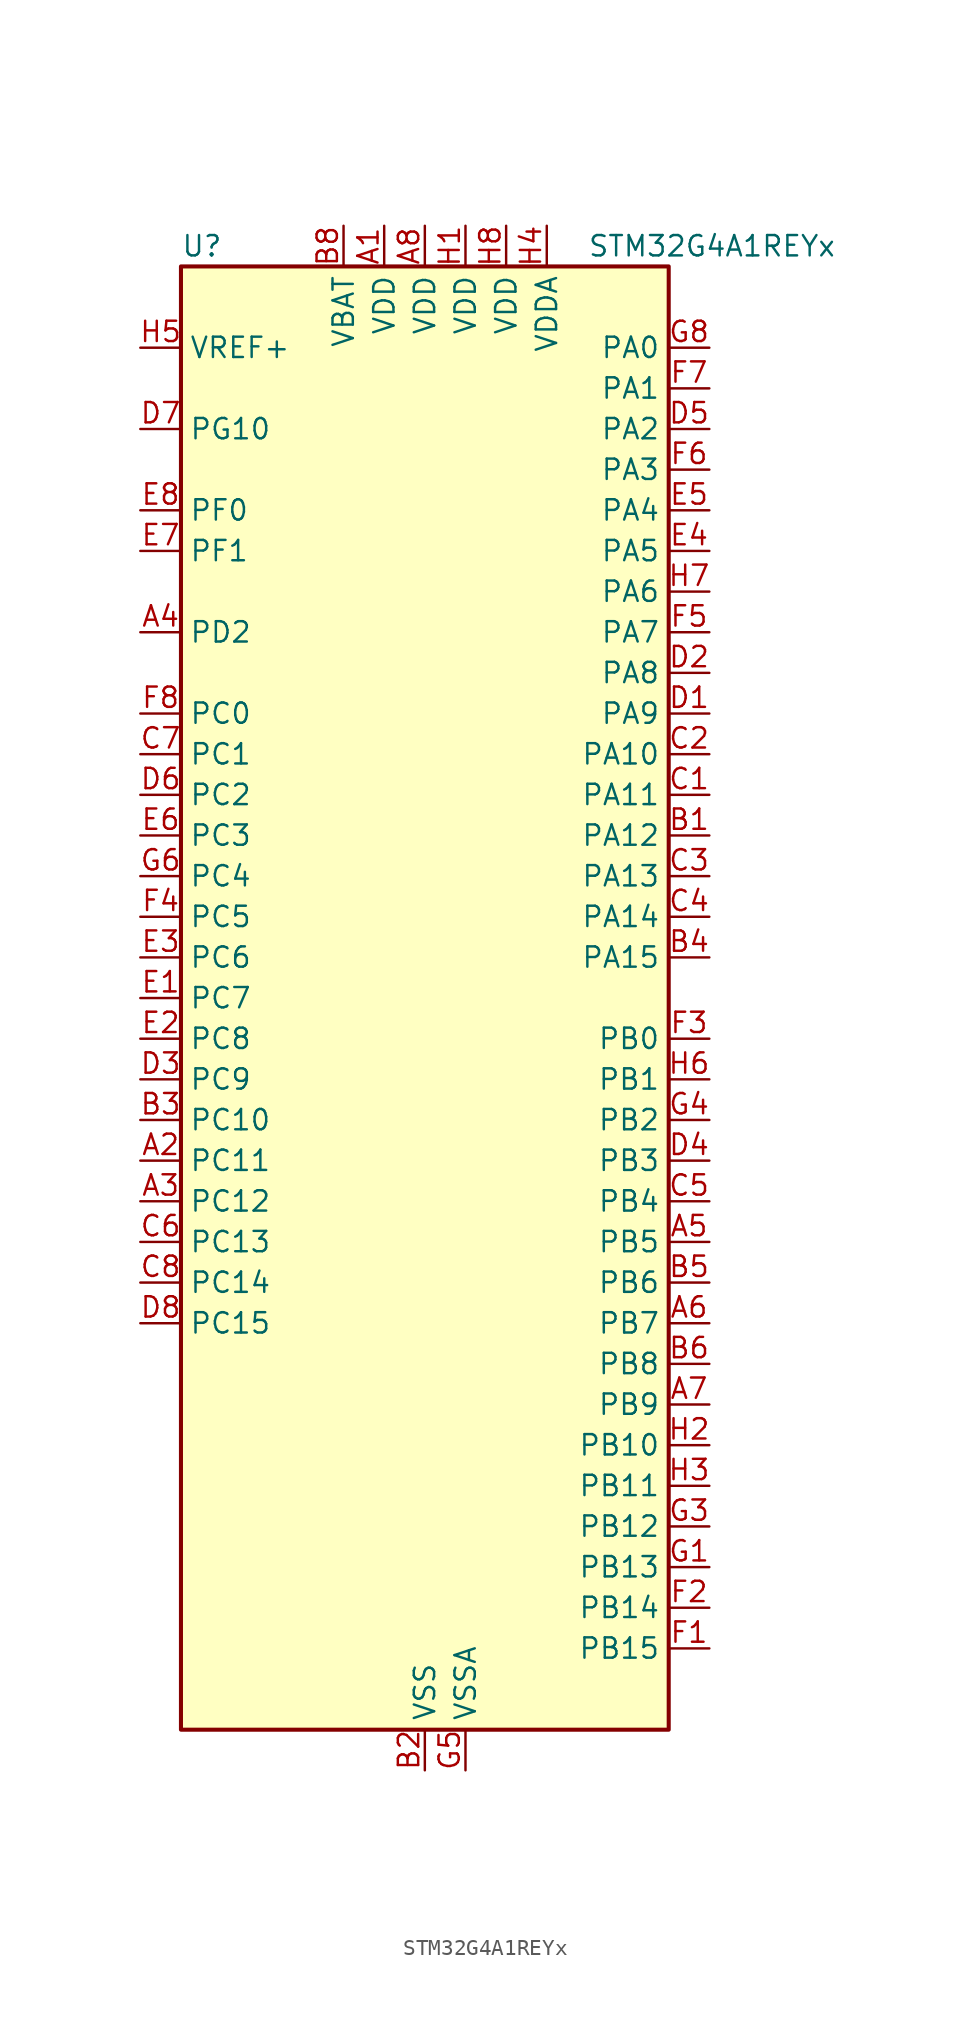
<source format=kicad_sym>
(kicad_symbol_lib
  (version 20241209)
  (generator "kicad_symbol_editor")
  (generator_version "9.0")
  (symbol "STM32G4A1REYx"
    (property "Reference" "U"
      (at -15.24 46.99 0)
      (effects (font (size 1.27 1.27)) (justify left)))
    (property "Value" "STM32G4A1REYx"
      (at 10.16 46.99 0)
      (effects (font (size 1.27 1.27)) (justify left)))
    (symbol "STM32G4A1REYx_0_1"
      (rectangle (start -15.24 -45.72) (end 15.24 45.72) (stroke (width 0.254) (type default)) (fill (type background))))
    (symbol "STM32G4A1REYx_1_1"
      (pin input line (at -17.78 40.64 0) (length 2.54) (name "VREF+" (effects (font (size 1.27 1.27)))) (number "H5" (effects (font (size 1.27 1.27)))) (alternate "VREFBUF_OUT" bidirectional line))
      (pin bidirectional line (at -17.78 35.56 0) (length 2.54) (name "PG10" (effects (font (size 1.27 1.27)))) (number "D7" (effects (font (size 1.27 1.27)))) (alternate "DAC1_EXTI10" bidirectional line) (alternate "DAC3_EXTI10" bidirectional line) (alternate "RCC_MCO" bidirectional line))
      (pin bidirectional line (at -17.78 30.48 0) (length 2.54) (name "PF0" (effects (font (size 1.27 1.27)))) (number "E8" (effects (font (size 1.27 1.27)))) (alternate "ADC1_IN10" bidirectional line) (alternate "I2C2_SDA" bidirectional line) (alternate "I2S2_WS" bidirectional line) (alternate "RCC_OSC_IN" bidirectional line) (alternate "SPI2_NSS" bidirectional line) (alternate "TIM1_CH3N" bidirectional line))
      (pin bidirectional line (at -17.78 27.94 0) (length 2.54) (name "PF1" (effects (font (size 1.27 1.27)))) (number "E7" (effects (font (size 1.27 1.27)))) (alternate "ADC2_IN10" bidirectional line) (alternate "COMP3_INM" bidirectional line) (alternate "I2S2_CK" bidirectional line) (alternate "RCC_OSC_OUT" bidirectional line) (alternate "SPI2_SCK" bidirectional line))
      (pin bidirectional line (at -17.78 22.86 0) (length 2.54) (name "PD2" (effects (font (size 1.27 1.27)))) (number "A4" (effects (font (size 1.27 1.27)))) (alternate "ADC3_EXTI2" bidirectional line) (alternate "TIM3_ETR" bidirectional line) (alternate "TIM8_BKIN" bidirectional line) (alternate "UART5_RX" bidirectional line))
      (pin bidirectional line (at -17.78 17.78 0) (length 2.54) (name "PC0" (effects (font (size 1.27 1.27)))) (number "F8" (effects (font (size 1.27 1.27)))) (alternate "ADC1_IN6" bidirectional line) (alternate "ADC2_IN6" bidirectional line) (alternate "COMP3_INM" bidirectional line) (alternate "LPTIM1_IN1" bidirectional line) (alternate "LPUART1_RX" bidirectional line) (alternate "TIM1_CH1" bidirectional line))
      (pin bidirectional line (at -17.78 15.24 0) (length 2.54) (name "PC1" (effects (font (size 1.27 1.27)))) (number "C7" (effects (font (size 1.27 1.27)))) (alternate "ADC1_IN7" bidirectional line) (alternate "ADC2_IN7" bidirectional line) (alternate "COMP3_INP" bidirectional line) (alternate "LPTIM1_OUT" bidirectional line) (alternate "LPUART1_TX" bidirectional line) (alternate "QUADSPI1_BK2_IO0" bidirectional line) (alternate "SAI1_SD_A" bidirectional line) (alternate "TIM1_CH2" bidirectional line))
      (pin bidirectional line (at -17.78 12.7 0) (length 2.54) (name "PC2" (effects (font (size 1.27 1.27)))) (number "D6" (effects (font (size 1.27 1.27)))) (alternate "ADC1_IN8" bidirectional line) (alternate "ADC2_IN8" bidirectional line) (alternate "ADC3_EXTI2" bidirectional line) (alternate "COMP3_OUT" bidirectional line) (alternate "LPTIM1_IN2" bidirectional line) (alternate "QUADSPI1_BK2_IO1" bidirectional line) (alternate "TIM1_CH3" bidirectional line) (alternate "TIM20_CH2" bidirectional line))
      (pin bidirectional line (at -17.78 10.16 0) (length 2.54) (name "PC3" (effects (font (size 1.27 1.27)))) (number "E6" (effects (font (size 1.27 1.27)))) (alternate "ADC1_IN9" bidirectional line) (alternate "ADC2_IN9" bidirectional line) (alternate "ADC3_EXTI3" bidirectional line) (alternate "LPTIM1_ETR" bidirectional line) (alternate "QUADSPI1_BK2_IO2" bidirectional line) (alternate "SAI1_D1" bidirectional line) (alternate "SAI1_SD_A" bidirectional line) (alternate "TIM1_BKIN2" bidirectional line) (alternate "TIM1_CH4" bidirectional line))
      (pin bidirectional line (at -17.78 7.62 0) (length 2.54) (name "PC4" (effects (font (size 1.27 1.27)))) (number "G6" (effects (font (size 1.27 1.27)))) (alternate "ADC2_IN5" bidirectional line) (alternate "I2C2_SCL" bidirectional line) (alternate "QUADSPI1_BK2_IO3" bidirectional line) (alternate "TIM1_ETR" bidirectional line) (alternate "USART1_TX" bidirectional line))
      (pin bidirectional line (at -17.78 5.08 0) (length 2.54) (name "PC5" (effects (font (size 1.27 1.27)))) (number "F4" (effects (font (size 1.27 1.27)))) (alternate "ADC2_IN11" bidirectional line) (alternate "OPAMP1_VINM" bidirectional line) (alternate "OPAMP1_VINM1" bidirectional line) (alternate "OPAMP1_VINM_SEC" bidirectional line) (alternate "OPAMP2_VINM" bidirectional line) (alternate "OPAMP2_VINM1" bidirectional line) (alternate "OPAMP2_VINM_SEC" bidirectional line) (alternate "SAI1_D3" bidirectional line) (alternate "SYS_WKUP5" bidirectional line) (alternate "TIM15_BKIN" bidirectional line) (alternate "TIM1_CH4N" bidirectional line) (alternate "USART1_RX" bidirectional line))
      (pin bidirectional line (at -17.78 2.54 0) (length 2.54) (name "PC6" (effects (font (size 1.27 1.27)))) (number "E3" (effects (font (size 1.27 1.27)))) (alternate "I2S2_MCK" bidirectional line) (alternate "TIM3_CH1" bidirectional line) (alternate "TIM8_CH1" bidirectional line))
      (pin bidirectional line (at -17.78 0 0) (length 2.54) (name "PC7" (effects (font (size 1.27 1.27)))) (number "E1" (effects (font (size 1.27 1.27)))) (alternate "I2S3_MCK" bidirectional line) (alternate "TIM3_CH2" bidirectional line) (alternate "TIM8_CH2" bidirectional line))
      (pin bidirectional line (at -17.78 -2.54 0) (length 2.54) (name "PC8" (effects (font (size 1.27 1.27)))) (number "E2" (effects (font (size 1.27 1.27)))) (alternate "I2C3_SCL" bidirectional line) (alternate "TIM20_CH3" bidirectional line) (alternate "TIM3_CH3" bidirectional line) (alternate "TIM8_CH3" bidirectional line))
      (pin bidirectional line (at -17.78 -5.08 0) (length 2.54) (name "PC9" (effects (font (size 1.27 1.27)))) (number "D3" (effects (font (size 1.27 1.27)))) (alternate "DAC1_EXTI9" bidirectional line) (alternate "DAC3_EXTI9" bidirectional line) (alternate "I2C3_SDA" bidirectional line) (alternate "I2S_CKIN" bidirectional line) (alternate "TIM3_CH4" bidirectional line) (alternate "TIM8_BKIN2" bidirectional line) (alternate "TIM8_CH4" bidirectional line))
      (pin bidirectional line (at -17.78 -7.62 0) (length 2.54) (name "PC10" (effects (font (size 1.27 1.27)))) (number "B3" (effects (font (size 1.27 1.27)))) (alternate "DAC1_EXTI10" bidirectional line) (alternate "DAC3_EXTI10" bidirectional line) (alternate "I2S3_CK" bidirectional line) (alternate "SPI3_SCK" bidirectional line) (alternate "TIM8_CH1N" bidirectional line) (alternate "UART4_TX" bidirectional line) (alternate "USART3_TX" bidirectional line))
      (pin bidirectional line (at -17.78 -10.16 0) (length 2.54) (name "PC11" (effects (font (size 1.27 1.27)))) (number "A2" (effects (font (size 1.27 1.27)))) (alternate "ADC1_EXTI11" bidirectional line) (alternate "ADC2_EXTI11" bidirectional line) (alternate "I2C3_SDA" bidirectional line) (alternate "SPI3_MISO" bidirectional line) (alternate "TIM8_CH2N" bidirectional line) (alternate "UART4_RX" bidirectional line) (alternate "USART3_RX" bidirectional line))
      (pin bidirectional line (at -17.78 -12.7 0) (length 2.54) (name "PC12" (effects (font (size 1.27 1.27)))) (number "A3" (effects (font (size 1.27 1.27)))) (alternate "I2S3_SD" bidirectional line) (alternate "SPI3_MOSI" bidirectional line) (alternate "TIM8_CH3N" bidirectional line) (alternate "UART5_TX" bidirectional line) (alternate "UCPD1_FRSTX1" bidirectional line) (alternate "UCPD1_FRSTX2" bidirectional line) (alternate "USART3_CK" bidirectional line))
      (pin bidirectional line (at -17.78 -15.24 0) (length 2.54) (name "PC13" (effects (font (size 1.27 1.27)))) (number "C6" (effects (font (size 1.27 1.27)))) (alternate "RTC_OUT1" bidirectional line) (alternate "RTC_TAMP1" bidirectional line) (alternate "RTC_TS" bidirectional line) (alternate "SYS_WKUP2" bidirectional line) (alternate "TIM1_BKIN" bidirectional line) (alternate "TIM1_CH1N" bidirectional line) (alternate "TIM8_CH4N" bidirectional line))
      (pin bidirectional line (at -17.78 -17.78 0) (length 2.54) (name "PC14" (effects (font (size 1.27 1.27)))) (number "C8" (effects (font (size 1.27 1.27)))) (alternate "RCC_OSC32_IN" bidirectional line))
      (pin bidirectional line (at -17.78 -20.32 0) (length 2.54) (name "PC15" (effects (font (size 1.27 1.27)))) (number "D8" (effects (font (size 1.27 1.27)))) (alternate "ADC1_EXTI15" bidirectional line) (alternate "ADC2_EXTI15" bidirectional line) (alternate "RCC_OSC32_OUT" bidirectional line))
      (pin power_in line (at -5.08 48.26 270) (length 2.54) (name "VBAT" (effects (font (size 1.27 1.27)))) (number "B8" (effects (font (size 1.27 1.27)))))
      (pin power_in line (at -2.54 48.26 270) (length 2.54) (name "VDD" (effects (font (size 1.27 1.27)))) (number "A1" (effects (font (size 1.27 1.27)))))
      (pin power_in line (at 0 48.26 270) (length 2.54) (name "VDD" (effects (font (size 1.27 1.27)))) (number "A8" (effects (font (size 1.27 1.27)))))
      (pin power_in line (at 0 -48.26 90) (length 2.54) (name "VSS" (effects (font (size 1.27 1.27)))) (number "B2" (effects (font (size 1.27 1.27)))))
      (pin passive line (at 0 -48.26 90) (length 2.54) (hide yes) (name "VSS" (effects (font (size 1.27 1.27)))) (number "B7" (effects (font (size 1.27 1.27)))))
      (pin passive line (at 0 -48.26 90) (length 2.54) (hide yes) (name "VSS" (effects (font (size 1.27 1.27)))) (number "G2" (effects (font (size 1.27 1.27)))))
      (pin passive line (at 0 -48.26 90) (length 2.54) (hide yes) (name "VSS" (effects (font (size 1.27 1.27)))) (number "G7" (effects (font (size 1.27 1.27)))))
      (pin power_in line (at 2.54 48.26 270) (length 2.54) (name "VDD" (effects (font (size 1.27 1.27)))) (number "H1" (effects (font (size 1.27 1.27)))))
      (pin power_in line (at 2.54 -48.26 90) (length 2.54) (name "VSSA" (effects (font (size 1.27 1.27)))) (number "G5" (effects (font (size 1.27 1.27)))))
      (pin power_in line (at 5.08 48.26 270) (length 2.54) (name "VDD" (effects (font (size 1.27 1.27)))) (number "H8" (effects (font (size 1.27 1.27)))))
      (pin power_in line (at 7.62 48.26 270) (length 2.54) (name "VDDA" (effects (font (size 1.27 1.27)))) (number "H4" (effects (font (size 1.27 1.27)))))
      (pin bidirectional line (at 17.78 40.64 180) (length 2.54) (name "PA0" (effects (font (size 1.27 1.27)))) (number "G8" (effects (font (size 1.27 1.27)))) (alternate "ADC1_IN1" bidirectional line) (alternate "ADC2_IN1" bidirectional line) (alternate "COMP1_INM" bidirectional line) (alternate "COMP1_OUT" bidirectional line) (alternate "COMP3_INP" bidirectional line) (alternate "RTC_TAMP2" bidirectional line) (alternate "SYS_WKUP1" bidirectional line) (alternate "TIM2_CH1" bidirectional line) (alternate "TIM2_ETR" bidirectional line) (alternate "TIM8_BKIN" bidirectional line) (alternate "TIM8_ETR" bidirectional line) (alternate "USART2_CTS" bidirectional line) (alternate "USART2_NSS" bidirectional line))
      (pin bidirectional line (at 17.78 38.1 180) (length 2.54) (name "PA1" (effects (font (size 1.27 1.27)))) (number "F7" (effects (font (size 1.27 1.27)))) (alternate "ADC1_IN2" bidirectional line) (alternate "ADC2_IN2" bidirectional line) (alternate "COMP1_INP" bidirectional line) (alternate "OPAMP1_VINP" bidirectional line) (alternate "OPAMP1_VINP_SEC" bidirectional line) (alternate "OPAMP3_VINP" bidirectional line) (alternate "OPAMP3_VINP_SEC" bidirectional line) (alternate "OPAMP6_VINM" bidirectional line) (alternate "OPAMP6_VINM0" bidirectional line) (alternate "OPAMP6_VINM_SEC" bidirectional line) (alternate "RTC_REFIN" bidirectional line) (alternate "TIM15_CH1N" bidirectional line) (alternate "TIM2_CH2" bidirectional line) (alternate "USART2_DE" bidirectional line) (alternate "USART2_RTS" bidirectional line))
      (pin bidirectional line (at 17.78 35.56 180) (length 2.54) (name "PA2" (effects (font (size 1.27 1.27)))) (number "D5" (effects (font (size 1.27 1.27)))) (alternate "ADC1_IN3" bidirectional line) (alternate "ADC3_EXTI2" bidirectional line) (alternate "COMP2_INM" bidirectional line) (alternate "COMP2_OUT" bidirectional line) (alternate "LPUART1_TX" bidirectional line) (alternate "OPAMP1_VOUT" bidirectional line) (alternate "QUADSPI1_BK1_NCS" bidirectional line) (alternate "RCC_LSCO" bidirectional line) (alternate "SYS_WKUP4" bidirectional line) (alternate "TIM15_CH1" bidirectional line) (alternate "TIM2_CH3" bidirectional line) (alternate "UCPD1_FRSTX1" bidirectional line) (alternate "UCPD1_FRSTX2" bidirectional line) (alternate "USART2_TX" bidirectional line))
      (pin bidirectional line (at 17.78 33.02 180) (length 2.54) (name "PA3" (effects (font (size 1.27 1.27)))) (number "F6" (effects (font (size 1.27 1.27)))) (alternate "ADC1_IN4" bidirectional line) (alternate "ADC3_EXTI3" bidirectional line) (alternate "COMP2_INP" bidirectional line) (alternate "LPUART1_RX" bidirectional line) (alternate "OPAMP1_VINM" bidirectional line) (alternate "OPAMP1_VINM0" bidirectional line) (alternate "OPAMP1_VINM_SEC" bidirectional line) (alternate "OPAMP1_VINP" bidirectional line) (alternate "OPAMP1_VINP_SEC" bidirectional line) (alternate "QUADSPI1_CLK" bidirectional line) (alternate "SAI1_CK1" bidirectional line) (alternate "SAI1_MCLK_A" bidirectional line) (alternate "TIM15_CH2" bidirectional line) (alternate "TIM2_CH4" bidirectional line) (alternate "USART2_RX" bidirectional line))
      (pin bidirectional line (at 17.78 30.48 180) (length 2.54) (name "PA4" (effects (font (size 1.27 1.27)))) (number "E5" (effects (font (size 1.27 1.27)))) (alternate "ADC2_IN17" bidirectional line) (alternate "COMP1_INM" bidirectional line) (alternate "DAC1_OUT1" bidirectional line) (alternate "I2S3_WS" bidirectional line) (alternate "SAI1_FS_B" bidirectional line) (alternate "SPI1_NSS" bidirectional line) (alternate "SPI3_NSS" bidirectional line) (alternate "TIM3_CH2" bidirectional line) (alternate "USART2_CK" bidirectional line))
      (pin bidirectional line (at 17.78 27.94 180) (length 2.54) (name "PA5" (effects (font (size 1.27 1.27)))) (number "E4" (effects (font (size 1.27 1.27)))) (alternate "ADC2_IN13" bidirectional line) (alternate "COMP2_INM" bidirectional line) (alternate "DAC1_OUT2" bidirectional line) (alternate "OPAMP2_VINM" bidirectional line) (alternate "OPAMP2_VINM0" bidirectional line) (alternate "OPAMP2_VINM_SEC" bidirectional line) (alternate "SPI1_SCK" bidirectional line) (alternate "TIM2_CH1" bidirectional line) (alternate "TIM2_ETR" bidirectional line) (alternate "UCPD1_FRSTX1" bidirectional line) (alternate "UCPD1_FRSTX2" bidirectional line))
      (pin bidirectional line (at 17.78 25.4 180) (length 2.54) (name "PA6" (effects (font (size 1.27 1.27)))) (number "H7" (effects (font (size 1.27 1.27)))) (alternate "ADC2_IN3" bidirectional line) (alternate "COMP1_OUT" bidirectional line) (alternate "LPUART1_CTS" bidirectional line) (alternate "OPAMP2_VOUT" bidirectional line) (alternate "QUADSPI1_BK1_IO3" bidirectional line) (alternate "SPI1_MISO" bidirectional line) (alternate "TIM16_CH1" bidirectional line) (alternate "TIM1_BKIN" bidirectional line) (alternate "TIM3_CH1" bidirectional line) (alternate "TIM8_BKIN" bidirectional line))
      (pin bidirectional line (at 17.78 22.86 180) (length 2.54) (name "PA7" (effects (font (size 1.27 1.27)))) (number "F5" (effects (font (size 1.27 1.27)))) (alternate "ADC2_IN4" bidirectional line) (alternate "COMP2_INP" bidirectional line) (alternate "COMP2_OUT" bidirectional line) (alternate "OPAMP1_VINP" bidirectional line) (alternate "OPAMP1_VINP_SEC" bidirectional line) (alternate "OPAMP2_VINP" bidirectional line) (alternate "OPAMP2_VINP_SEC" bidirectional line) (alternate "QUADSPI1_BK1_IO2" bidirectional line) (alternate "SPI1_MOSI" bidirectional line) (alternate "TIM17_CH1" bidirectional line) (alternate "TIM1_CH1N" bidirectional line) (alternate "TIM3_CH2" bidirectional line) (alternate "TIM8_CH1N" bidirectional line) (alternate "UCPD1_FRSTX1" bidirectional line) (alternate "UCPD1_FRSTX2" bidirectional line))
      (pin bidirectional line (at 17.78 20.32 180) (length 2.54) (name "PA8" (effects (font (size 1.27 1.27)))) (number "D2" (effects (font (size 1.27 1.27)))) (alternate "I2C2_SDA" bidirectional line) (alternate "I2C3_SCL" bidirectional line) (alternate "I2S2_MCK" bidirectional line) (alternate "RCC_MCO" bidirectional line) (alternate "SAI1_CK2" bidirectional line) (alternate "SAI1_SCK_A" bidirectional line) (alternate "TIM1_CH1" bidirectional line) (alternate "TIM4_ETR" bidirectional line) (alternate "USART1_CK" bidirectional line))
      (pin bidirectional line (at 17.78 17.78 180) (length 2.54) (name "PA9" (effects (font (size 1.27 1.27)))) (number "D1" (effects (font (size 1.27 1.27)))) (alternate "DAC1_EXTI9" bidirectional line) (alternate "DAC3_EXTI9" bidirectional line) (alternate "I2C2_SCL" bidirectional line) (alternate "I2C3_SMBA" bidirectional line) (alternate "I2S3_MCK" bidirectional line) (alternate "SAI1_FS_A" bidirectional line) (alternate "TIM15_BKIN" bidirectional line) (alternate "TIM1_CH2" bidirectional line) (alternate "TIM2_CH3" bidirectional line) (alternate "UCPD1_DBCC1" bidirectional line) (alternate "USART1_TX" bidirectional line))
      (pin bidirectional line (at 17.78 15.24 180) (length 2.54) (name "PA10" (effects (font (size 1.27 1.27)))) (number "C2" (effects (font (size 1.27 1.27)))) (alternate "CRS_SYNC" bidirectional line) (alternate "DAC1_EXTI10" bidirectional line) (alternate "DAC3_EXTI10" bidirectional line) (alternate "I2C2_SMBA" bidirectional line) (alternate "SAI1_D1" bidirectional line) (alternate "SAI1_SD_A" bidirectional line) (alternate "SPI2_MISO" bidirectional line) (alternate "TIM17_BKIN" bidirectional line) (alternate "TIM1_CH3" bidirectional line) (alternate "TIM2_CH4" bidirectional line) (alternate "TIM8_BKIN" bidirectional line) (alternate "UCPD1_DBCC2" bidirectional line) (alternate "USART1_RX" bidirectional line))
      (pin bidirectional line (at 17.78 12.7 180) (length 2.54) (name "PA11" (effects (font (size 1.27 1.27)))) (number "C1" (effects (font (size 1.27 1.27)))) (alternate "ADC1_EXTI11" bidirectional line) (alternate "ADC2_EXTI11" bidirectional line) (alternate "COMP1_OUT" bidirectional line) (alternate "FDCAN1_RX" bidirectional line) (alternate "I2S2_SD" bidirectional line) (alternate "SPI2_MOSI" bidirectional line) (alternate "TIM1_BKIN2" bidirectional line) (alternate "TIM1_CH1N" bidirectional line) (alternate "TIM1_CH4" bidirectional line) (alternate "TIM4_CH1" bidirectional line) (alternate "USART1_CTS" bidirectional line) (alternate "USART1_NSS" bidirectional line) (alternate "USB_DM" bidirectional line))
      (pin bidirectional line (at 17.78 10.16 180) (length 2.54) (name "PA12" (effects (font (size 1.27 1.27)))) (number "B1" (effects (font (size 1.27 1.27)))) (alternate "COMP2_OUT" bidirectional line) (alternate "FDCAN1_TX" bidirectional line) (alternate "I2S_CKIN" bidirectional line) (alternate "TIM16_CH1" bidirectional line) (alternate "TIM1_CH2N" bidirectional line) (alternate "TIM1_ETR" bidirectional line) (alternate "TIM4_CH2" bidirectional line) (alternate "USART1_DE" bidirectional line) (alternate "USART1_RTS" bidirectional line) (alternate "USB_DP" bidirectional line))
      (pin bidirectional line (at 17.78 7.62 180) (length 2.54) (name "PA13" (effects (font (size 1.27 1.27)))) (number "C3" (effects (font (size 1.27 1.27)))) (alternate "I2C1_SCL" bidirectional line) (alternate "IR_OUT" bidirectional line) (alternate "SAI1_SD_B" bidirectional line) (alternate "SYS_JTMS-SWDIO" bidirectional line) (alternate "TIM16_CH1N" bidirectional line) (alternate "TIM4_CH3" bidirectional line) (alternate "USART3_CTS" bidirectional line) (alternate "USART3_NSS" bidirectional line))
      (pin bidirectional line (at 17.78 5.08 180) (length 2.54) (name "PA14" (effects (font (size 1.27 1.27)))) (number "C4" (effects (font (size 1.27 1.27)))) (alternate "I2C1_SDA" bidirectional line) (alternate "LPTIM1_OUT" bidirectional line) (alternate "SAI1_FS_B" bidirectional line) (alternate "SYS_JTCK-SWCLK" bidirectional line) (alternate "TIM1_BKIN" bidirectional line) (alternate "TIM8_CH2" bidirectional line) (alternate "USART2_TX" bidirectional line))
      (pin bidirectional line (at 17.78 2.54 180) (length 2.54) (name "PA15" (effects (font (size 1.27 1.27)))) (number "B4" (effects (font (size 1.27 1.27)))) (alternate "ADC1_EXTI15" bidirectional line) (alternate "ADC2_EXTI15" bidirectional line) (alternate "I2C1_SCL" bidirectional line) (alternate "I2S3_WS" bidirectional line) (alternate "SPI1_NSS" bidirectional line) (alternate "SPI3_NSS" bidirectional line) (alternate "SYS_JTDI" bidirectional line) (alternate "TIM1_BKIN" bidirectional line) (alternate "TIM20_ETR" bidirectional line) (alternate "TIM2_CH1" bidirectional line) (alternate "TIM2_ETR" bidirectional line) (alternate "TIM8_CH1" bidirectional line) (alternate "UART4_DE" bidirectional line) (alternate "UART4_RTS" bidirectional line) (alternate "USART2_RX" bidirectional line))
      (pin bidirectional line (at 17.78 -2.54 180) (length 2.54) (name "PB0" (effects (font (size 1.27 1.27)))) (number "F3" (effects (font (size 1.27 1.27)))) (alternate "ADC1_IN15" bidirectional line) (alternate "ADC3_IN12" bidirectional line) (alternate "COMP4_INP" bidirectional line) (alternate "OPAMP2_VINP" bidirectional line) (alternate "OPAMP2_VINP_SEC" bidirectional line) (alternate "OPAMP3_VINP" bidirectional line) (alternate "OPAMP3_VINP_SEC" bidirectional line) (alternate "QUADSPI1_BK1_IO1" bidirectional line) (alternate "TIM1_CH2N" bidirectional line) (alternate "TIM3_CH3" bidirectional line) (alternate "TIM8_CH2N" bidirectional line) (alternate "UCPD1_FRSTX1" bidirectional line) (alternate "UCPD1_FRSTX2" bidirectional line))
      (pin bidirectional line (at 17.78 -5.08 180) (length 2.54) (name "PB1" (effects (font (size 1.27 1.27)))) (number "H6" (effects (font (size 1.27 1.27)))) (alternate "ADC1_IN12" bidirectional line) (alternate "ADC3_IN1" bidirectional line) (alternate "COMP1_INP" bidirectional line) (alternate "COMP4_OUT" bidirectional line) (alternate "LPUART1_DE" bidirectional line) (alternate "LPUART1_RTS" bidirectional line) (alternate "OPAMP3_VOUT" bidirectional line) (alternate "OPAMP6_VINM" bidirectional line) (alternate "OPAMP6_VINM1" bidirectional line) (alternate "OPAMP6_VINM_SEC" bidirectional line) (alternate "QUADSPI1_BK1_IO0" bidirectional line) (alternate "TIM1_CH3N" bidirectional line) (alternate "TIM3_CH4" bidirectional line) (alternate "TIM8_CH3N" bidirectional line))
      (pin bidirectional line (at 17.78 -7.62 180) (length 2.54) (name "PB2" (effects (font (size 1.27 1.27)))) (number "G4" (effects (font (size 1.27 1.27)))) (alternate "ADC2_IN12" bidirectional line) (alternate "ADC3_EXTI2" bidirectional line) (alternate "COMP4_INM" bidirectional line) (alternate "I2C3_SMBA" bidirectional line) (alternate "LPTIM1_OUT" bidirectional line) (alternate "OPAMP3_VINM" bidirectional line) (alternate "OPAMP3_VINM0" bidirectional line) (alternate "OPAMP3_VINM_SEC" bidirectional line) (alternate "QUADSPI1_BK2_IO1" bidirectional line) (alternate "RTC_OUT2" bidirectional line) (alternate "TIM20_CH1" bidirectional line))
      (pin bidirectional line (at 17.78 -10.16 180) (length 2.54) (name "PB3" (effects (font (size 1.27 1.27)))) (number "D4" (effects (font (size 1.27 1.27)))) (alternate "ADC3_EXTI3" bidirectional line) (alternate "CRS_SYNC" bidirectional line) (alternate "I2S3_CK" bidirectional line) (alternate "SAI1_SCK_B" bidirectional line) (alternate "SPI1_SCK" bidirectional line) (alternate "SPI3_SCK" bidirectional line) (alternate "SYS_JTDO-SWO" bidirectional line) (alternate "TIM2_CH2" bidirectional line) (alternate "TIM3_ETR" bidirectional line) (alternate "TIM4_ETR" bidirectional line) (alternate "TIM8_CH1N" bidirectional line) (alternate "USART2_TX" bidirectional line))
      (pin bidirectional line (at 17.78 -12.7 180) (length 2.54) (name "PB4" (effects (font (size 1.27 1.27)))) (number "C5" (effects (font (size 1.27 1.27)))) (alternate "SAI1_MCLK_B" bidirectional line) (alternate "SPI1_MISO" bidirectional line) (alternate "SPI3_MISO" bidirectional line) (alternate "SYS_JTRST" bidirectional line) (alternate "TIM16_CH1" bidirectional line) (alternate "TIM17_BKIN" bidirectional line) (alternate "TIM3_CH1" bidirectional line) (alternate "TIM8_CH2N" bidirectional line) (alternate "UART5_DE" bidirectional line) (alternate "UART5_RTS" bidirectional line) (alternate "UCPD1_CC2" bidirectional line) (alternate "USART2_RX" bidirectional line))
      (pin bidirectional line (at 17.78 -15.24 180) (length 2.54) (name "PB5" (effects (font (size 1.27 1.27)))) (number "A5" (effects (font (size 1.27 1.27)))) (alternate "FDCAN2_RX" bidirectional line) (alternate "I2C1_SMBA" bidirectional line) (alternate "I2C3_SDA" bidirectional line) (alternate "I2S3_SD" bidirectional line) (alternate "LPTIM1_IN1" bidirectional line) (alternate "SAI1_SD_B" bidirectional line) (alternate "SPI1_MOSI" bidirectional line) (alternate "SPI3_MOSI" bidirectional line) (alternate "TIM16_BKIN" bidirectional line) (alternate "TIM17_CH1" bidirectional line) (alternate "TIM3_CH2" bidirectional line) (alternate "TIM8_CH3N" bidirectional line) (alternate "UART5_CTS" bidirectional line) (alternate "USART2_CK" bidirectional line))
      (pin bidirectional line (at 17.78 -17.78 180) (length 2.54) (name "PB6" (effects (font (size 1.27 1.27)))) (number "B5" (effects (font (size 1.27 1.27)))) (alternate "COMP4_OUT" bidirectional line) (alternate "FDCAN2_TX" bidirectional line) (alternate "LPTIM1_ETR" bidirectional line) (alternate "SAI1_FS_B" bidirectional line) (alternate "TIM16_CH1N" bidirectional line) (alternate "TIM4_CH1" bidirectional line) (alternate "TIM8_BKIN2" bidirectional line) (alternate "TIM8_CH1" bidirectional line) (alternate "TIM8_ETR" bidirectional line) (alternate "UCPD1_CC1" bidirectional line) (alternate "USART1_TX" bidirectional line))
      (pin bidirectional line (at 17.78 -20.32 180) (length 2.54) (name "PB7" (effects (font (size 1.27 1.27)))) (number "A6" (effects (font (size 1.27 1.27)))) (alternate "COMP3_OUT" bidirectional line) (alternate "I2C1_SDA" bidirectional line) (alternate "LPTIM1_IN2" bidirectional line) (alternate "SYS_PVD_IN" bidirectional line) (alternate "TIM17_CH1N" bidirectional line) (alternate "TIM3_CH4" bidirectional line) (alternate "TIM4_CH2" bidirectional line) (alternate "TIM8_BKIN" bidirectional line) (alternate "UART4_CTS" bidirectional line) (alternate "USART1_RX" bidirectional line))
      (pin bidirectional line (at 17.78 -22.86 180) (length 2.54) (name "PB8" (effects (font (size 1.27 1.27)))) (number "B6" (effects (font (size 1.27 1.27)))) (alternate "COMP1_OUT" bidirectional line) (alternate "FDCAN1_RX" bidirectional line) (alternate "I2C1_SCL" bidirectional line) (alternate "SAI1_CK1" bidirectional line) (alternate "SAI1_MCLK_A" bidirectional line) (alternate "TIM16_CH1" bidirectional line) (alternate "TIM1_BKIN" bidirectional line) (alternate "TIM4_CH3" bidirectional line) (alternate "TIM8_CH2" bidirectional line) (alternate "USART3_RX" bidirectional line))
      (pin bidirectional line (at 17.78 -25.4 180) (length 2.54) (name "PB9" (effects (font (size 1.27 1.27)))) (number "A7" (effects (font (size 1.27 1.27)))) (alternate "COMP2_OUT" bidirectional line) (alternate "DAC1_EXTI9" bidirectional line) (alternate "DAC3_EXTI9" bidirectional line) (alternate "FDCAN1_TX" bidirectional line) (alternate "I2C1_SDA" bidirectional line) (alternate "IR_OUT" bidirectional line) (alternate "SAI1_D2" bidirectional line) (alternate "SAI1_FS_A" bidirectional line) (alternate "TIM17_CH1" bidirectional line) (alternate "TIM1_CH3N" bidirectional line) (alternate "TIM4_CH4" bidirectional line) (alternate "TIM8_CH3" bidirectional line) (alternate "USART3_TX" bidirectional line))
      (pin bidirectional line (at 17.78 -27.94 180) (length 2.54) (name "PB10" (effects (font (size 1.27 1.27)))) (number "H2" (effects (font (size 1.27 1.27)))) (alternate "DAC1_EXTI10" bidirectional line) (alternate "DAC3_EXTI10" bidirectional line) (alternate "LPUART1_RX" bidirectional line) (alternate "OPAMP3_VINM" bidirectional line) (alternate "OPAMP3_VINM1" bidirectional line) (alternate "OPAMP3_VINM_SEC" bidirectional line) (alternate "QUADSPI1_CLK" bidirectional line) (alternate "SAI1_SCK_A" bidirectional line) (alternate "TIM1_BKIN" bidirectional line) (alternate "TIM2_CH3" bidirectional line) (alternate "USART3_TX" bidirectional line))
      (pin bidirectional line (at 17.78 -30.48 180) (length 2.54) (name "PB11" (effects (font (size 1.27 1.27)))) (number "H3" (effects (font (size 1.27 1.27)))) (alternate "ADC1_EXTI11" bidirectional line) (alternate "ADC1_IN14" bidirectional line) (alternate "ADC2_EXTI11" bidirectional line) (alternate "ADC2_IN14" bidirectional line) (alternate "LPUART1_TX" bidirectional line) (alternate "OPAMP6_VOUT" bidirectional line) (alternate "QUADSPI1_BK1_NCS" bidirectional line) (alternate "TIM2_CH4" bidirectional line) (alternate "USART3_RX" bidirectional line))
      (pin bidirectional line (at 17.78 -33.02 180) (length 2.54) (name "PB12" (effects (font (size 1.27 1.27)))) (number "G3" (effects (font (size 1.27 1.27)))) (alternate "ADC1_IN11" bidirectional line) (alternate "FDCAN2_RX" bidirectional line) (alternate "I2C2_SMBA" bidirectional line) (alternate "I2S2_WS" bidirectional line) (alternate "LPUART1_DE" bidirectional line) (alternate "LPUART1_RTS" bidirectional line) (alternate "OPAMP6_VINP" bidirectional line) (alternate "OPAMP6_VINP_SEC" bidirectional line) (alternate "SPI2_NSS" bidirectional line) (alternate "TIM1_BKIN" bidirectional line) (alternate "USART3_CK" bidirectional line))
      (pin bidirectional line (at 17.78 -35.56 180) (length 2.54) (name "PB13" (effects (font (size 1.27 1.27)))) (number "G1" (effects (font (size 1.27 1.27)))) (alternate "ADC3_IN5" bidirectional line) (alternate "FDCAN2_TX" bidirectional line) (alternate "I2S2_CK" bidirectional line) (alternate "LPUART1_CTS" bidirectional line) (alternate "OPAMP3_VINP" bidirectional line) (alternate "OPAMP3_VINP_SEC" bidirectional line) (alternate "OPAMP6_VINP" bidirectional line) (alternate "OPAMP6_VINP_SEC" bidirectional line) (alternate "SPI2_SCK" bidirectional line) (alternate "TIM1_CH1N" bidirectional line) (alternate "USART3_CTS" bidirectional line) (alternate "USART3_NSS" bidirectional line))
      (pin bidirectional line (at 17.78 -38.1 180) (length 2.54) (name "PB14" (effects (font (size 1.27 1.27)))) (number "F2" (effects (font (size 1.27 1.27)))) (alternate "ADC1_IN5" bidirectional line) (alternate "COMP4_OUT" bidirectional line) (alternate "OPAMP2_VINP" bidirectional line) (alternate "OPAMP2_VINP_SEC" bidirectional line) (alternate "SPI2_MISO" bidirectional line) (alternate "TIM15_CH1" bidirectional line) (alternate "TIM1_CH2N" bidirectional line) (alternate "USART3_DE" bidirectional line) (alternate "USART3_RTS" bidirectional line))
      (pin bidirectional line (at 17.78 -40.64 180) (length 2.54) (name "PB15" (effects (font (size 1.27 1.27)))) (number "F1" (effects (font (size 1.27 1.27)))) (alternate "ADC1_EXTI15" bidirectional line) (alternate "ADC2_EXTI15" bidirectional line) (alternate "ADC2_IN15" bidirectional line) (alternate "COMP3_OUT" bidirectional line) (alternate "I2S2_SD" bidirectional line) (alternate "RTC_REFIN" bidirectional line) (alternate "SPI2_MOSI" bidirectional line) (alternate "TIM15_CH1N" bidirectional line) (alternate "TIM15_CH2" bidirectional line) (alternate "TIM1_CH3N" bidirectional line)))))
</source>
